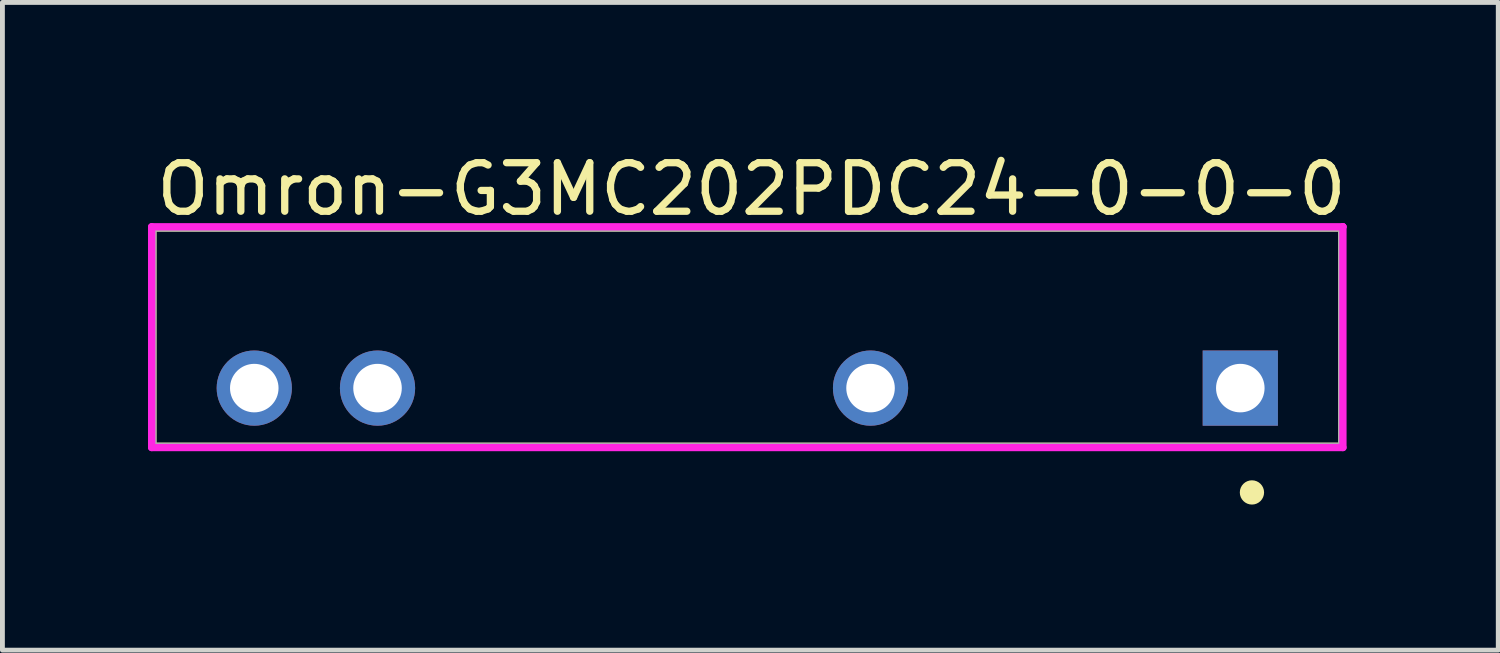
<source format=kicad_pcb>
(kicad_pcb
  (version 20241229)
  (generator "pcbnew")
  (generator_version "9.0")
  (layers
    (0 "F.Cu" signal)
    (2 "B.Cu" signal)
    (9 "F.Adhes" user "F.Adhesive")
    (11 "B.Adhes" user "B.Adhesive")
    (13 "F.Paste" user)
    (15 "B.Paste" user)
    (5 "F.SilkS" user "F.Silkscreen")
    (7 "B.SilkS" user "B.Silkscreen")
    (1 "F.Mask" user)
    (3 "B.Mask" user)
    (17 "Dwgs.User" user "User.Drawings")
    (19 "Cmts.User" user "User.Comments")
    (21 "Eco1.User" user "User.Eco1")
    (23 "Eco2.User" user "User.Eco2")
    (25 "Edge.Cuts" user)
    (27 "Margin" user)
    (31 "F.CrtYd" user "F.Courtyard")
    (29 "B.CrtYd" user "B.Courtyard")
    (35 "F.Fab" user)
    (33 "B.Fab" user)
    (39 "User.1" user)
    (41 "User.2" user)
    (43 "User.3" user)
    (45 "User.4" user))
  (footprint "Omron-G3MC202PDC24-0-0-0"
    (layer "F.Cu")
    (at 12.35 3.898)
    (property "Reference" "Omron-G3MC202PDC24-0-0-0" (at -12.25 -3.05 0) (layer "F.SilkS") (effects (font (size 1 1) (thickness 0.15)) (justify left)))
    (attr through_hole)
    (fp_line (start -12.25 -2.25) (end 12.25 -2.25) (stroke (width 0.15) (type solid)) (layer "F.SilkS"))
    (fp_line (start -12.25 2.25) (end -12.25 -2.25) (stroke (width 0.15) (type solid)) (layer "F.SilkS"))
    (fp_line (start -12.25 2.25) (end 12.25 2.25) (stroke (width 0.15) (type solid)) (layer "F.SilkS"))
    (fp_line (start 12.25 2.25) (end 12.25 -2.25) (stroke (width 0.15) (type solid)) (layer "F.SilkS"))
    (fp_circle (center 10.4 3.2) (end 10.525 3.2) (stroke (width 0.25) (type solid)) (fill no) (layer "F.SilkS"))
    (fp_line (start -12.275 -2.275) (end -12.275 2.275) (stroke (width 0.15) (type solid)) (layer "F.CrtYd"))
    (fp_line (start -12.275 2.275) (end 12.275 2.275) (stroke (width 0.15) (type solid)) (layer "F.CrtYd"))
    (fp_line (start 12.275 -2.275) (end -12.275 -2.275) (stroke (width 0.15) (type solid)) (layer "F.CrtYd"))
    (fp_line (start 12.275 -2.275) (end 12.275 -2.275) (stroke (width 0.15) (type solid)) (layer "F.CrtYd"))
    (fp_line (start 12.275 2.275) (end 12.275 -2.275) (stroke (width 0.15) (type solid)) (layer "F.CrtYd"))
    (fp_line (start -12.25 -2.25) (end 12.25 -2.25) (stroke (width 0.15) (type solid)) (layer "F.Fab"))
    (fp_line (start -12.25 2.25) (end -12.25 -2.25) (stroke (width 0.15) (type solid)) (layer "F.Fab"))
    (fp_line (start 12.25 -2.25) (end 12.25 2.25) (stroke (width 0.15) (type solid)) (layer "F.Fab"))
    (fp_line (start 12.25 2.25) (end -12.25 2.25) (stroke (width 0.15) (type solid)) (layer "F.Fab"))
    (pad "1" thru_hole rect (at 10.16 1.05) (size 1.55 1.55) (drill 1) (layers "*.Cu"))
    (pad "2" thru_hole circle (at 2.54 1.05) (size 1.55 1.55) (drill 1) (layers "*.Cu"))
    (pad "3" thru_hole circle (at -7.62 1.05) (size 1.55 1.55) (drill 1) (layers "*.Cu"))
    (pad "4" thru_hole circle (at -10.16 1.05) (size 1.55 1.55) (drill 1) (layers "*.Cu")))
  (gr_rect
    (start -3 -3)
    (end 27.826 10.348)
    (stroke (width 0.1) (type default))
    (fill no)
    (layer "Edge.Cuts")))
</source>
